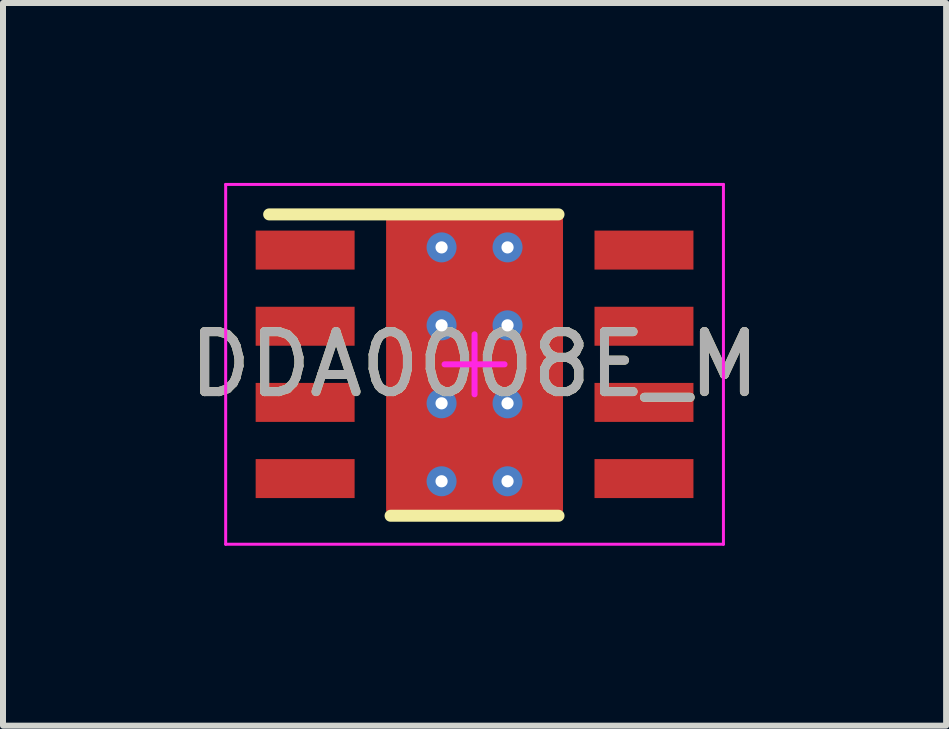
<source format=kicad_pcb>
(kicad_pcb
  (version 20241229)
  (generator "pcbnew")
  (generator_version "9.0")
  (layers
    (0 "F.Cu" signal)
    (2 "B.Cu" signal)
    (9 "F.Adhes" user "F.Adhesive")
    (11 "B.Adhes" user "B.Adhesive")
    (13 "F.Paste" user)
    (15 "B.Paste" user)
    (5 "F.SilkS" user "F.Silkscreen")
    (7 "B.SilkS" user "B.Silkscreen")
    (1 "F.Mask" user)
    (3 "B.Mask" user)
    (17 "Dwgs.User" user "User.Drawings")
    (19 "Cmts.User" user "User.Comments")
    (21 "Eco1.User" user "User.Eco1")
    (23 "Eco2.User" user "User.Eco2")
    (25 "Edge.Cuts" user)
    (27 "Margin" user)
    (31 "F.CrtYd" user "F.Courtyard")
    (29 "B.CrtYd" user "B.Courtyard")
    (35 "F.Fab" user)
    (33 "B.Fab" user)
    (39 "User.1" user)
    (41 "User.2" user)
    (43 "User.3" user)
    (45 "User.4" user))
  (footprint "DDA0008E_M"
    (layer "F.Cu")
    (at 4.863 3.025)
    (property "Reference" "DDA0008E_M" (at 0 0 0) (unlocked yes) (layer "F.SilkS") (effects (font (size 1 1) (thickness 0.15))))
    (attr smd)
    (fp_poly (pts (xy -1.2 1.502) (xy -1.2 -1.502) (xy -1.199 -1.511) (xy -1.196 -1.52) (xy -1.192 -1.529) (xy -1.186 -1.536) (xy -1.179 -1.542) (xy -1.17 -1.546) (xy -1.161 -1.549) (xy -1.152 -1.55) (xy 1.152 -1.55) (xy 1.161 -1.549) (xy 1.17 -1.546) (xy 1.179 -1.542) (xy 1.186 -1.536) (xy 1.192 -1.529) (xy 1.196 -1.52) (xy 1.199 -1.511) (xy 1.2 -1.502) (xy 1.2 1.502) (xy 1.199 1.511) (xy 1.196 1.52) (xy 1.192 1.529) (xy 1.186 1.536) (xy 1.179 1.542) (xy 1.17 1.546) (xy 1.161 1.549) (xy 1.152 1.55) (xy -1.152 1.55) (xy -1.161 1.549) (xy -1.17 1.546) (xy -1.179 1.542) (xy -1.186 1.536) (xy -1.192 1.529) (xy -1.196 1.52) (xy -1.199 1.511)) (stroke (width 0) (type solid)) (fill yes) (layer "F.Mask"))
    (fp_line (start -3.425 -2.5) (end 1.4 -2.5) (stroke (width 0.2) (type solid)) (layer "F.SilkS"))
    (fp_line (start -1.4 2.525) (end 1.4 2.525) (stroke (width 0.2) (type solid)) (layer "F.SilkS"))
    (fp_poly (pts (xy -1.2 1.502) (xy -1.2 -1.502) (xy -1.199 -1.511) (xy -1.196 -1.52) (xy -1.192 -1.529) (xy -1.186 -1.536) (xy -1.179 -1.542) (xy -1.17 -1.546) (xy -1.161 -1.549) (xy -1.152 -1.55) (xy 1.152 -1.55) (xy 1.161 -1.549) (xy 1.17 -1.546) (xy 1.179 -1.542) (xy 1.186 -1.536) (xy 1.192 -1.529) (xy 1.196 -1.52) (xy 1.199 -1.511) (xy 1.2 -1.502) (xy 1.2 1.502) (xy 1.199 1.511) (xy 1.196 1.52) (xy 1.192 1.529) (xy 1.186 1.536) (xy 1.179 1.542) (xy 1.17 1.546) (xy 1.161 1.549) (xy 1.152 1.55) (xy -1.152 1.55) (xy -1.161 1.549) (xy -1.17 1.546) (xy -1.179 1.542) (xy -1.186 1.536) (xy -1.192 1.529) (xy -1.196 1.52) (xy -1.199 1.511)) (stroke (width 0) (type solid)) (fill yes) (layer "F.Paste"))
    (fp_line (start -4.15 -3) (end 4.15 -3) (stroke (width 0.05) (type solid)) (layer "F.CrtYd"))
    (fp_line (start -4.15 3) (end -4.15 -3) (stroke (width 0.05) (type solid)) (layer "F.CrtYd"))
    (fp_line (start -4.15 3) (end 4.15 3) (stroke (width 0.05) (type solid)) (layer "F.CrtYd"))
    (fp_line (start -0.5 0) (end 0.5 0) (stroke (width 0.1) (type solid)) (layer "F.CrtYd"))
    (fp_line (start 0 0.5) (end 0 -0.5) (stroke (width 0.1) (type solid)) (layer "F.CrtYd"))
    (fp_line (start 4.15 3) (end 4.15 -3) (stroke (width 0.05) (type solid)) (layer "F.CrtYd"))
    (fp_text user "${REFERENCE}" (at 0 0 0) (unlocked yes) (layer "F.Fab") (effects (font (size 1 1) (thickness 0.15))))
    (pad "1" smd rect (at -2.825 -1.905 90) (size 0.65 1.65) (layers "F.Cu" "F.Mask" "F.Paste"))
    (pad "2" smd rect (at -2.825 -0.635 90) (size 0.65 1.65) (layers "F.Cu" "F.Mask" "F.Paste"))
    (pad "3" smd rect (at -2.825 0.635 90) (size 0.65 1.65) (layers "F.Cu" "F.Mask" "F.Paste"))
    (pad "4" smd rect (at -2.825 1.905 90) (size 0.65 1.65) (layers "F.Cu" "F.Mask" "F.Paste"))
    (pad "5" smd rect (at 2.825 1.905 90) (size 0.65 1.65) (layers "F.Cu" "F.Mask" "F.Paste"))
    (pad "6" smd rect (at 2.825 0.635 90) (size 0.65 1.65) (layers "F.Cu" "F.Mask" "F.Paste"))
    (pad "7" smd rect (at 2.825 -0.635 90) (size 0.65 1.65) (layers "F.Cu" "F.Mask" "F.Paste"))
    (pad "8" smd rect (at 2.825 -1.905 90) (size 0.65 1.65) (layers "F.Cu" "F.Mask" "F.Paste"))
    (pad "9" smd rect (at 0 0) (size 2.95 4.9) (layers "F.Cu"))
    (pad "10" thru_hole circle (at -0.55 -0.65) (size 0.5 0.5) (drill 0.203) (layers "*.Cu" "*.Mask"))
    (pad "11" thru_hole circle (at 0.55 -0.65) (size 0.5 0.5) (drill 0.203) (layers "*.Cu" "*.Mask"))
    (pad "12" thru_hole circle (at -0.55 0.65) (size 0.5 0.5) (drill 0.203) (layers "*.Cu" "*.Mask"))
    (pad "13" thru_hole circle (at 0.55 0.65) (size 0.5 0.5) (drill 0.203) (layers "*.Cu" "*.Mask"))
    (pad "14" thru_hole circle (at 0.55 -1.95) (size 0.5 0.5) (drill 0.203) (layers "*.Cu" "*.Mask"))
    (pad "15" thru_hole circle (at -0.55 -1.95) (size 0.5 0.5) (drill 0.203) (layers "*.Cu" "*.Mask"))
    (pad "16" thru_hole circle (at -0.55 1.95) (size 0.5 0.5) (drill 0.203) (layers "*.Cu" "*.Mask"))
    (pad "17" thru_hole circle (at 0.55 1.95) (size 0.5 0.5) (drill 0.203) (layers "*.Cu" "*.Mask")))
  (gr_rect
    (start -3 -3)
    (end 12.726 9.05)
    (stroke (width 0.1) (type default))
    (fill no)
    (layer "Edge.Cuts")))
</source>
